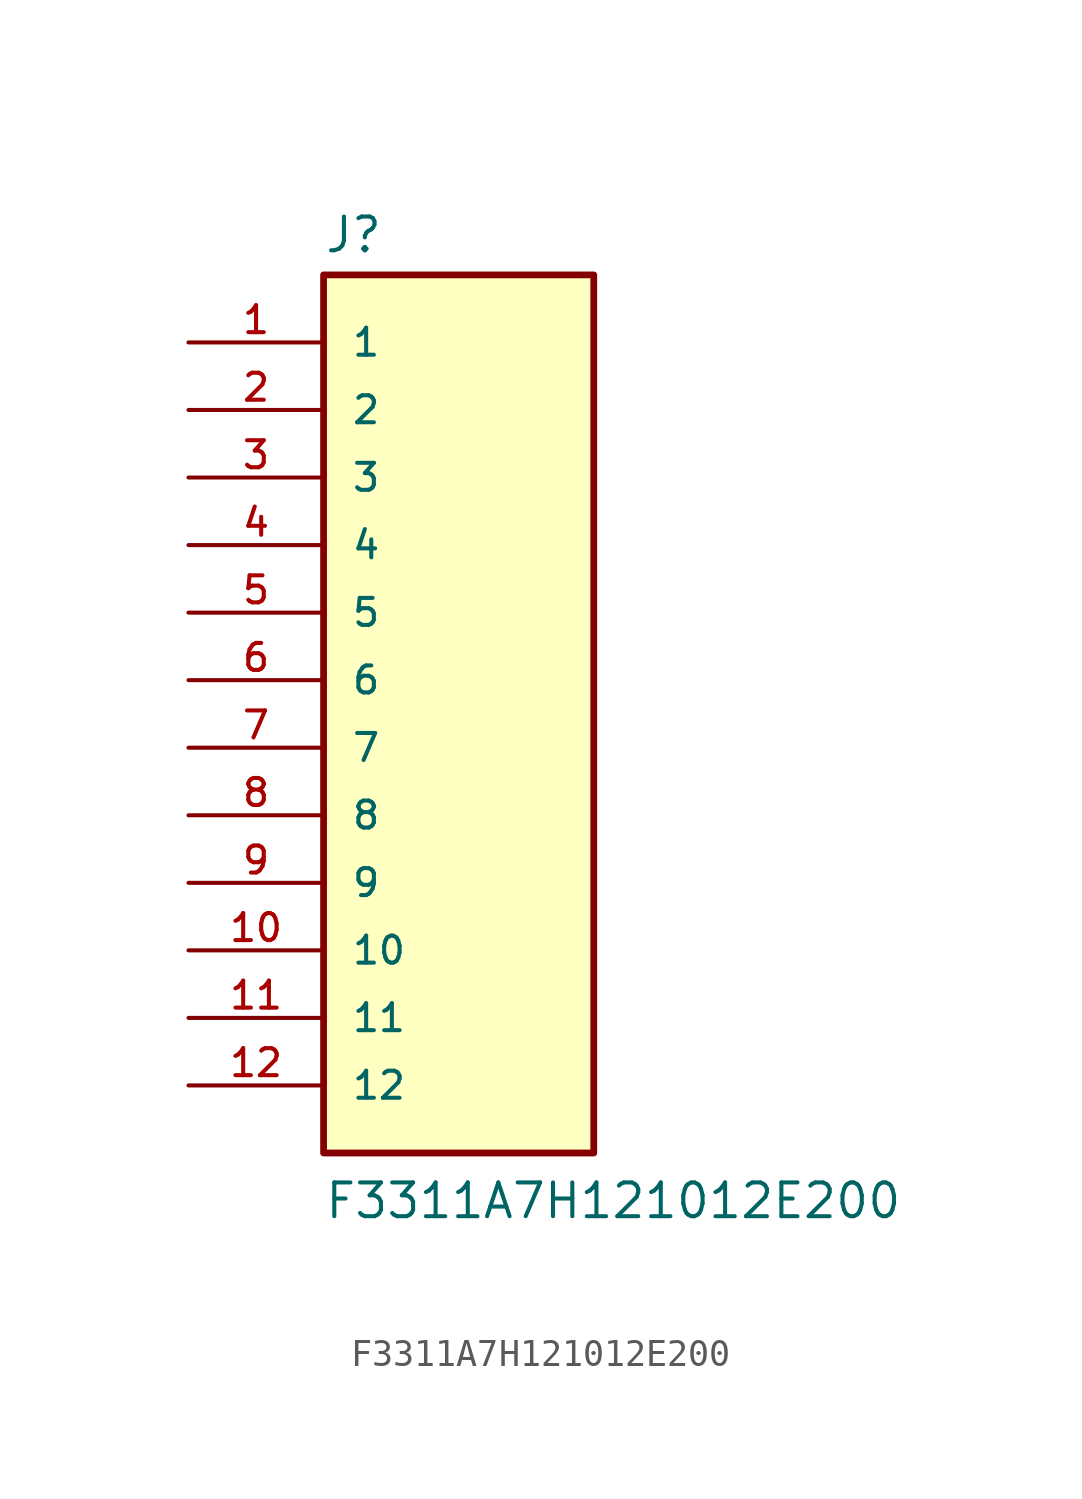
<source format=kicad_sym>
(kicad_symbol_lib
  (version 20211014)
  (generator kicad_symbol_editor)
  (symbol "F3311A7H121012E200"
    (pin_names
      (offset 1.016))
    (property "Reference" "J"
      (at -5.08 16.002 0)
      (effects (font (size 1.27 1.27)) (justify bottom left)))
    (property "Value" "F3311A7H121012E200"
      (at -5.08 -20.32 0)
      (effects (font (size 1.27 1.27)) (justify bottom left)))
    (symbol "F3311A7H121012E200_0_0"
      (rectangle (start -5.08 -17.78) (end 5.08 15.24) (stroke (width 0.254)) (fill (type background)))
      (pin passive line (at -10.16 12.7 0) (length 5.08) (name "1" (effects (font (size 1.016 1.016)))) (number "1" (effects (font (size 1.016 1.016)))))
      (pin passive line (at -10.16 10.16 0) (length 5.08) (name "2" (effects (font (size 1.016 1.016)))) (number "2" (effects (font (size 1.016 1.016)))))
      (pin passive line (at -10.16 7.62 0) (length 5.08) (name "3" (effects (font (size 1.016 1.016)))) (number "3" (effects (font (size 1.016 1.016)))))
      (pin passive line (at -10.16 5.08 0) (length 5.08) (name "4" (effects (font (size 1.016 1.016)))) (number "4" (effects (font (size 1.016 1.016)))))
      (pin passive line (at -10.16 2.54 0) (length 5.08) (name "5" (effects (font (size 1.016 1.016)))) (number "5" (effects (font (size 1.016 1.016)))))
      (pin passive line (at -10.16 0.0 0) (length 5.08) (name "6" (effects (font (size 1.016 1.016)))) (number "6" (effects (font (size 1.016 1.016)))))
      (pin passive line (at -10.16 -2.54 0) (length 5.08) (name "7" (effects (font (size 1.016 1.016)))) (number "7" (effects (font (size 1.016 1.016)))))
      (pin passive line (at -10.16 -5.08 0) (length 5.08) (name "8" (effects (font (size 1.016 1.016)))) (number "8" (effects (font (size 1.016 1.016)))))
      (pin passive line (at -10.16 -7.62 0) (length 5.08) (name "9" (effects (font (size 1.016 1.016)))) (number "9" (effects (font (size 1.016 1.016)))))
      (pin passive line (at -10.16 -10.16 0) (length 5.08) (name "10" (effects (font (size 1.016 1.016)))) (number "10" (effects (font (size 1.016 1.016)))))
      (pin passive line (at -10.16 -12.7 0) (length 5.08) (name "11" (effects (font (size 1.016 1.016)))) (number "11" (effects (font (size 1.016 1.016)))))
      (pin passive line (at -10.16 -15.24 0) (length 5.08) (name "12" (effects (font (size 1.016 1.016)))) (number "12" (effects (font (size 1.016 1.016))))))))
</source>
